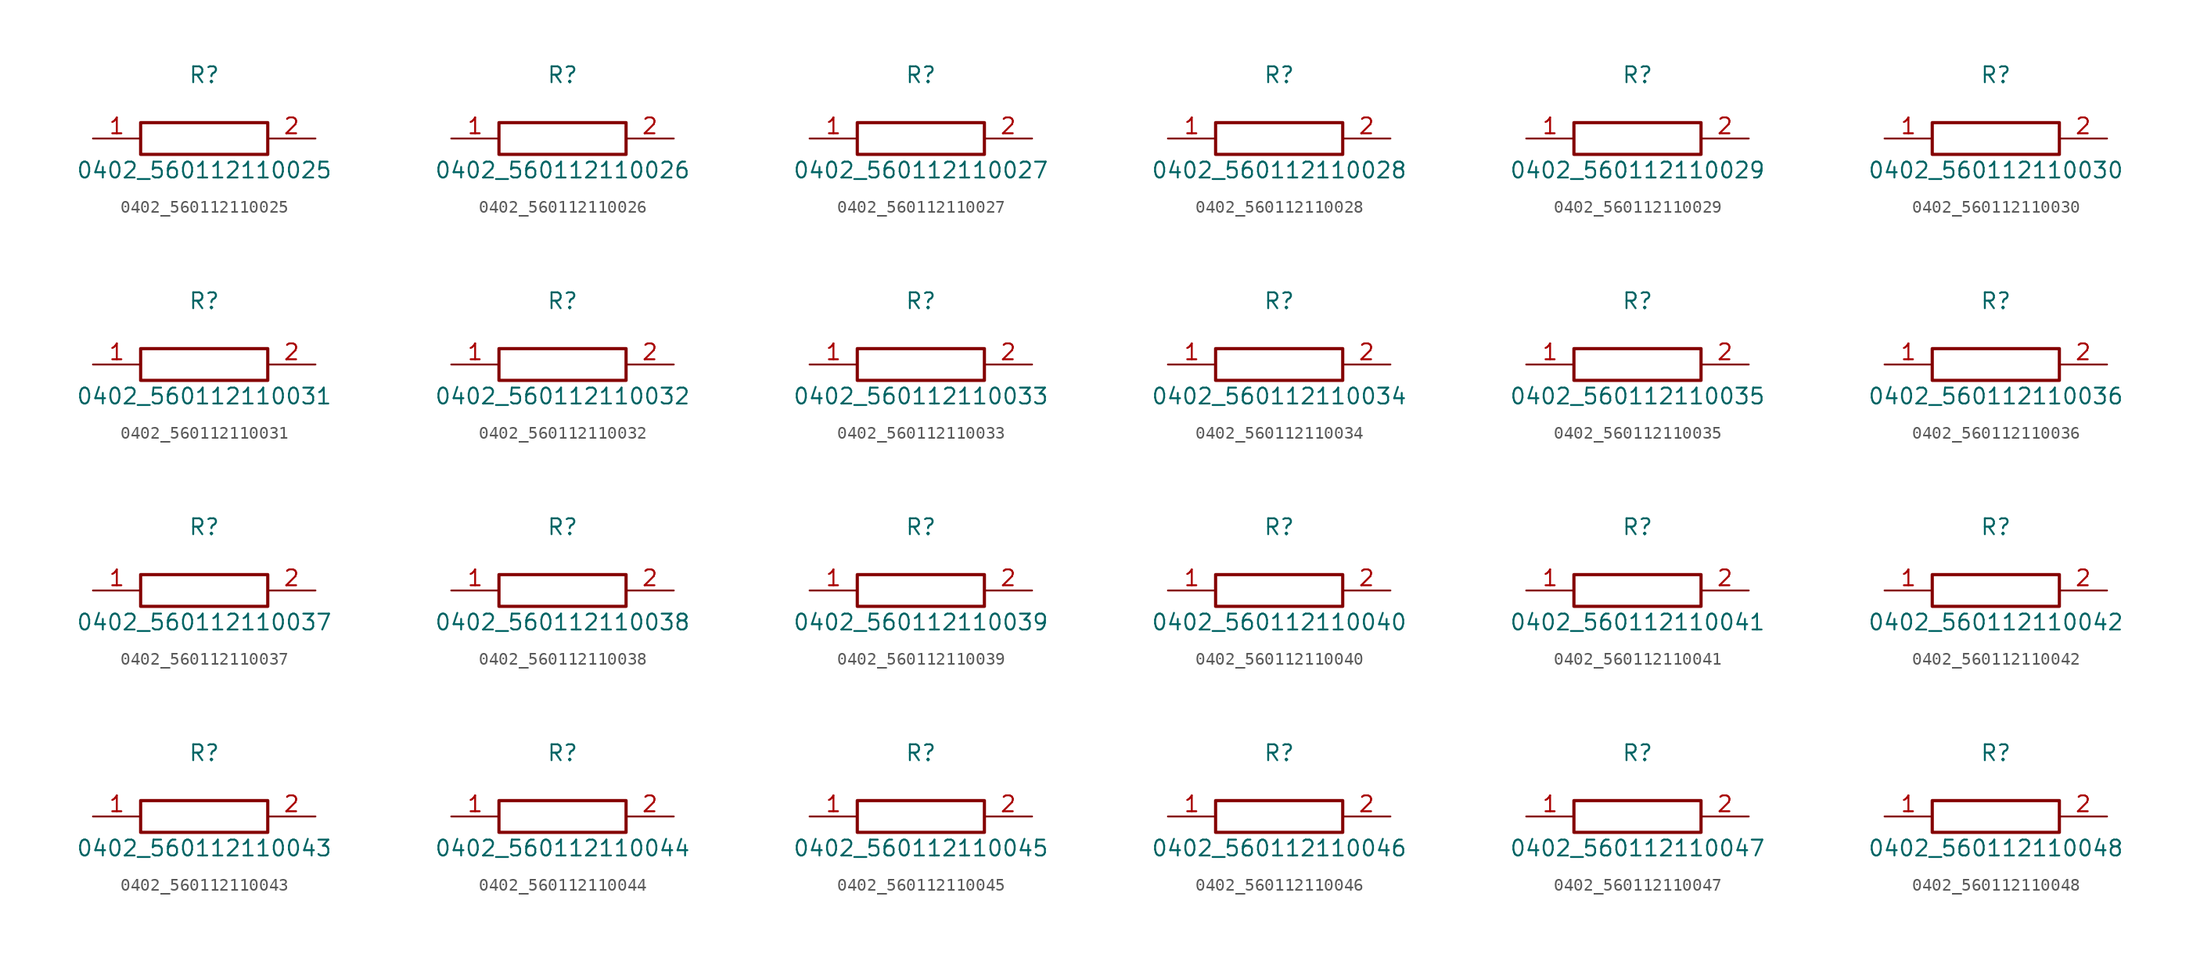
<source format=kicad_sym>
(kicad_symbol_lib
  (version 20211014)
  (generator kicad_symbol_editor)
  (symbol "Resistor_Wurth_WRIS-RSKS:0402_560112110025"
    (pin_names hide)
    (property "Reference" "R"
      (at 0 5.08 0)
      (effects (font (size 1.27 1.27))))
    (property "Value" "0402_560112110025"
      (at 0 -2.54 0)
      (effects (font (size 1.27 1.27))))
    (symbol "0402_560112110025_0_1"
      (rectangle (start -5.08 1.27) (end 5.08 -1.27) (stroke (width 0.254) (type solid)) (fill (type none)))
      (pin passive line (at -8.89 0 0) (length 3.81) (name "1" (effects (font (size 1.27 1.27)))) (number "1" (effects (font (size 1.27 1.27)))))
      (pin passive line (at 8.89 0 180) (length 3.81) (name "2" (effects (font (size 1.27 1.27)))) (number "2" (effects (font (size 1.27 1.27)))))))
  (symbol "Resistor_Wurth_WRIS-RSKS:0402_560112110026"
    (pin_names hide)
    (property "Reference" "R"
      (at 0 5.08 0)
      (effects (font (size 1.27 1.27))))
    (property "Value" "0402_560112110026"
      (at 0 -2.54 0)
      (effects (font (size 1.27 1.27))))
    (symbol "0402_560112110026_0_1"
      (rectangle (start -5.08 1.27) (end 5.08 -1.27) (stroke (width 0.254) (type solid)) (fill (type none)))
      (pin passive line (at -8.89 0 0) (length 3.81) (name "1" (effects (font (size 1.27 1.27)))) (number "1" (effects (font (size 1.27 1.27)))))
      (pin passive line (at 8.89 0 180) (length 3.81) (name "2" (effects (font (size 1.27 1.27)))) (number "2" (effects (font (size 1.27 1.27)))))))
  (symbol "Resistor_Wurth_WRIS-RSKS:0402_560112110027"
    (pin_names hide)
    (property "Reference" "R"
      (at 0 5.08 0)
      (effects (font (size 1.27 1.27))))
    (property "Value" "0402_560112110027"
      (at 0 -2.54 0)
      (effects (font (size 1.27 1.27))))
    (symbol "0402_560112110027_0_1"
      (rectangle (start -5.08 1.27) (end 5.08 -1.27) (stroke (width 0.254) (type solid)) (fill (type none)))
      (pin passive line (at -8.89 0 0) (length 3.81) (name "1" (effects (font (size 1.27 1.27)))) (number "1" (effects (font (size 1.27 1.27)))))
      (pin passive line (at 8.89 0 180) (length 3.81) (name "2" (effects (font (size 1.27 1.27)))) (number "2" (effects (font (size 1.27 1.27)))))))
  (symbol "Resistor_Wurth_WRIS-RSKS:0402_560112110028"
    (pin_names hide)
    (property "Reference" "R"
      (at 0 5.08 0)
      (effects (font (size 1.27 1.27))))
    (property "Value" "0402_560112110028"
      (at 0 -2.54 0)
      (effects (font (size 1.27 1.27))))
    (symbol "0402_560112110028_0_1"
      (rectangle (start -5.08 1.27) (end 5.08 -1.27) (stroke (width 0.254) (type solid)) (fill (type none)))
      (pin passive line (at -8.89 0 0) (length 3.81) (name "1" (effects (font (size 1.27 1.27)))) (number "1" (effects (font (size 1.27 1.27)))))
      (pin passive line (at 8.89 0 180) (length 3.81) (name "2" (effects (font (size 1.27 1.27)))) (number "2" (effects (font (size 1.27 1.27)))))))
  (symbol "Resistor_Wurth_WRIS-RSKS:0402_560112110029"
    (pin_names hide)
    (property "Reference" "R"
      (at 0 5.08 0)
      (effects (font (size 1.27 1.27))))
    (property "Value" "0402_560112110029"
      (at 0 -2.54 0)
      (effects (font (size 1.27 1.27))))
    (symbol "0402_560112110029_0_1"
      (rectangle (start -5.08 1.27) (end 5.08 -1.27) (stroke (width 0.254) (type solid)) (fill (type none)))
      (pin passive line (at -8.89 0 0) (length 3.81) (name "1" (effects (font (size 1.27 1.27)))) (number "1" (effects (font (size 1.27 1.27)))))
      (pin passive line (at 8.89 0 180) (length 3.81) (name "2" (effects (font (size 1.27 1.27)))) (number "2" (effects (font (size 1.27 1.27)))))))
  (symbol "Resistor_Wurth_WRIS-RSKS:0402_560112110030"
    (pin_names hide)
    (property "Reference" "R"
      (at 0 5.08 0)
      (effects (font (size 1.27 1.27))))
    (property "Value" "0402_560112110030"
      (at 0 -2.54 0)
      (effects (font (size 1.27 1.27))))
    (symbol "0402_560112110030_0_1"
      (rectangle (start -5.08 1.27) (end 5.08 -1.27) (stroke (width 0.254) (type solid)) (fill (type none)))
      (pin passive line (at -8.89 0 0) (length 3.81) (name "1" (effects (font (size 1.27 1.27)))) (number "1" (effects (font (size 1.27 1.27)))))
      (pin passive line (at 8.89 0 180) (length 3.81) (name "2" (effects (font (size 1.27 1.27)))) (number "2" (effects (font (size 1.27 1.27)))))))
  (symbol "Resistor_Wurth_WRIS-RSKS:0402_560112110031"
    (pin_names hide)
    (property "Reference" "R"
      (at 0 5.08 0)
      (effects (font (size 1.27 1.27))))
    (property "Value" "0402_560112110031"
      (at 0 -2.54 0)
      (effects (font (size 1.27 1.27))))
    (symbol "0402_560112110031_0_1"
      (rectangle (start -5.08 1.27) (end 5.08 -1.27) (stroke (width 0.254) (type solid)) (fill (type none)))
      (pin passive line (at -8.89 0 0) (length 3.81) (name "1" (effects (font (size 1.27 1.27)))) (number "1" (effects (font (size 1.27 1.27)))))
      (pin passive line (at 8.89 0 180) (length 3.81) (name "2" (effects (font (size 1.27 1.27)))) (number "2" (effects (font (size 1.27 1.27)))))))
  (symbol "Resistor_Wurth_WRIS-RSKS:0402_560112110032"
    (pin_names hide)
    (property "Reference" "R"
      (at 0 5.08 0)
      (effects (font (size 1.27 1.27))))
    (property "Value" "0402_560112110032"
      (at 0 -2.54 0)
      (effects (font (size 1.27 1.27))))
    (symbol "0402_560112110032_0_1"
      (rectangle (start -5.08 1.27) (end 5.08 -1.27) (stroke (width 0.254) (type solid)) (fill (type none)))
      (pin passive line (at -8.89 0 0) (length 3.81) (name "1" (effects (font (size 1.27 1.27)))) (number "1" (effects (font (size 1.27 1.27)))))
      (pin passive line (at 8.89 0 180) (length 3.81) (name "2" (effects (font (size 1.27 1.27)))) (number "2" (effects (font (size 1.27 1.27)))))))
  (symbol "Resistor_Wurth_WRIS-RSKS:0402_560112110033"
    (pin_names hide)
    (property "Reference" "R"
      (at 0 5.08 0)
      (effects (font (size 1.27 1.27))))
    (property "Value" "0402_560112110033"
      (at 0 -2.54 0)
      (effects (font (size 1.27 1.27))))
    (symbol "0402_560112110033_0_1"
      (rectangle (start -5.08 1.27) (end 5.08 -1.27) (stroke (width 0.254) (type solid)) (fill (type none)))
      (pin passive line (at -8.89 0 0) (length 3.81) (name "1" (effects (font (size 1.27 1.27)))) (number "1" (effects (font (size 1.27 1.27)))))
      (pin passive line (at 8.89 0 180) (length 3.81) (name "2" (effects (font (size 1.27 1.27)))) (number "2" (effects (font (size 1.27 1.27)))))))
  (symbol "Resistor_Wurth_WRIS-RSKS:0402_560112110034"
    (pin_names hide)
    (property "Reference" "R"
      (at 0 5.08 0)
      (effects (font (size 1.27 1.27))))
    (property "Value" "0402_560112110034"
      (at 0 -2.54 0)
      (effects (font (size 1.27 1.27))))
    (symbol "0402_560112110034_0_1"
      (rectangle (start -5.08 1.27) (end 5.08 -1.27) (stroke (width 0.254) (type solid)) (fill (type none)))
      (pin passive line (at -8.89 0 0) (length 3.81) (name "1" (effects (font (size 1.27 1.27)))) (number "1" (effects (font (size 1.27 1.27)))))
      (pin passive line (at 8.89 0 180) (length 3.81) (name "2" (effects (font (size 1.27 1.27)))) (number "2" (effects (font (size 1.27 1.27)))))))
  (symbol "Resistor_Wurth_WRIS-RSKS:0402_560112110035"
    (pin_names hide)
    (property "Reference" "R"
      (at 0 5.08 0)
      (effects (font (size 1.27 1.27))))
    (property "Value" "0402_560112110035"
      (at 0 -2.54 0)
      (effects (font (size 1.27 1.27))))
    (symbol "0402_560112110035_0_1"
      (rectangle (start -5.08 1.27) (end 5.08 -1.27) (stroke (width 0.254) (type solid)) (fill (type none)))
      (pin passive line (at -8.89 0 0) (length 3.81) (name "1" (effects (font (size 1.27 1.27)))) (number "1" (effects (font (size 1.27 1.27)))))
      (pin passive line (at 8.89 0 180) (length 3.81) (name "2" (effects (font (size 1.27 1.27)))) (number "2" (effects (font (size 1.27 1.27)))))))
  (symbol "Resistor_Wurth_WRIS-RSKS:0402_560112110036"
    (pin_names hide)
    (property "Reference" "R"
      (at 0 5.08 0)
      (effects (font (size 1.27 1.27))))
    (property "Value" "0402_560112110036"
      (at 0 -2.54 0)
      (effects (font (size 1.27 1.27))))
    (symbol "0402_560112110036_0_1"
      (rectangle (start -5.08 1.27) (end 5.08 -1.27) (stroke (width 0.254) (type solid)) (fill (type none)))
      (pin passive line (at -8.89 0 0) (length 3.81) (name "1" (effects (font (size 1.27 1.27)))) (number "1" (effects (font (size 1.27 1.27)))))
      (pin passive line (at 8.89 0 180) (length 3.81) (name "2" (effects (font (size 1.27 1.27)))) (number "2" (effects (font (size 1.27 1.27)))))))
  (symbol "Resistor_Wurth_WRIS-RSKS:0402_560112110037"
    (pin_names hide)
    (property "Reference" "R"
      (at 0 5.08 0)
      (effects (font (size 1.27 1.27))))
    (property "Value" "0402_560112110037"
      (at 0 -2.54 0)
      (effects (font (size 1.27 1.27))))
    (symbol "0402_560112110037_0_1"
      (rectangle (start -5.08 1.27) (end 5.08 -1.27) (stroke (width 0.254) (type solid)) (fill (type none)))
      (pin passive line (at -8.89 0 0) (length 3.81) (name "1" (effects (font (size 1.27 1.27)))) (number "1" (effects (font (size 1.27 1.27)))))
      (pin passive line (at 8.89 0 180) (length 3.81) (name "2" (effects (font (size 1.27 1.27)))) (number "2" (effects (font (size 1.27 1.27)))))))
  (symbol "Resistor_Wurth_WRIS-RSKS:0402_560112110038"
    (pin_names hide)
    (property "Reference" "R"
      (at 0 5.08 0)
      (effects (font (size 1.27 1.27))))
    (property "Value" "0402_560112110038"
      (at 0 -2.54 0)
      (effects (font (size 1.27 1.27))))
    (symbol "0402_560112110038_0_1"
      (rectangle (start -5.08 1.27) (end 5.08 -1.27) (stroke (width 0.254) (type solid)) (fill (type none)))
      (pin passive line (at -8.89 0 0) (length 3.81) (name "1" (effects (font (size 1.27 1.27)))) (number "1" (effects (font (size 1.27 1.27)))))
      (pin passive line (at 8.89 0 180) (length 3.81) (name "2" (effects (font (size 1.27 1.27)))) (number "2" (effects (font (size 1.27 1.27)))))))
  (symbol "Resistor_Wurth_WRIS-RSKS:0402_560112110039"
    (pin_names hide)
    (property "Reference" "R"
      (at 0 5.08 0)
      (effects (font (size 1.27 1.27))))
    (property "Value" "0402_560112110039"
      (at 0 -2.54 0)
      (effects (font (size 1.27 1.27))))
    (symbol "0402_560112110039_0_1"
      (rectangle (start -5.08 1.27) (end 5.08 -1.27) (stroke (width 0.254) (type solid)) (fill (type none)))
      (pin passive line (at -8.89 0 0) (length 3.81) (name "1" (effects (font (size 1.27 1.27)))) (number "1" (effects (font (size 1.27 1.27)))))
      (pin passive line (at 8.89 0 180) (length 3.81) (name "2" (effects (font (size 1.27 1.27)))) (number "2" (effects (font (size 1.27 1.27)))))))
  (symbol "Resistor_Wurth_WRIS-RSKS:0402_560112110040"
    (pin_names hide)
    (property "Reference" "R"
      (at 0 5.08 0)
      (effects (font (size 1.27 1.27))))
    (property "Value" "0402_560112110040"
      (at 0 -2.54 0)
      (effects (font (size 1.27 1.27))))
    (symbol "0402_560112110040_0_1"
      (rectangle (start -5.08 1.27) (end 5.08 -1.27) (stroke (width 0.254) (type solid)) (fill (type none)))
      (pin passive line (at -8.89 0 0) (length 3.81) (name "1" (effects (font (size 1.27 1.27)))) (number "1" (effects (font (size 1.27 1.27)))))
      (pin passive line (at 8.89 0 180) (length 3.81) (name "2" (effects (font (size 1.27 1.27)))) (number "2" (effects (font (size 1.27 1.27)))))))
  (symbol "Resistor_Wurth_WRIS-RSKS:0402_560112110041"
    (pin_names hide)
    (property "Reference" "R"
      (at 0 5.08 0)
      (effects (font (size 1.27 1.27))))
    (property "Value" "0402_560112110041"
      (at 0 -2.54 0)
      (effects (font (size 1.27 1.27))))
    (symbol "0402_560112110041_0_1"
      (rectangle (start -5.08 1.27) (end 5.08 -1.27) (stroke (width 0.254) (type solid)) (fill (type none)))
      (pin passive line (at -8.89 0 0) (length 3.81) (name "1" (effects (font (size 1.27 1.27)))) (number "1" (effects (font (size 1.27 1.27)))))
      (pin passive line (at 8.89 0 180) (length 3.81) (name "2" (effects (font (size 1.27 1.27)))) (number "2" (effects (font (size 1.27 1.27)))))))
  (symbol "Resistor_Wurth_WRIS-RSKS:0402_560112110042"
    (pin_names hide)
    (property "Reference" "R"
      (at 0 5.08 0)
      (effects (font (size 1.27 1.27))))
    (property "Value" "0402_560112110042"
      (at 0 -2.54 0)
      (effects (font (size 1.27 1.27))))
    (symbol "0402_560112110042_0_1"
      (rectangle (start -5.08 1.27) (end 5.08 -1.27) (stroke (width 0.254) (type solid)) (fill (type none)))
      (pin passive line (at -8.89 0 0) (length 3.81) (name "1" (effects (font (size 1.27 1.27)))) (number "1" (effects (font (size 1.27 1.27)))))
      (pin passive line (at 8.89 0 180) (length 3.81) (name "2" (effects (font (size 1.27 1.27)))) (number "2" (effects (font (size 1.27 1.27)))))))
  (symbol "Resistor_Wurth_WRIS-RSKS:0402_560112110043"
    (pin_names hide)
    (property "Reference" "R"
      (at 0 5.08 0)
      (effects (font (size 1.27 1.27))))
    (property "Value" "0402_560112110043"
      (at 0 -2.54 0)
      (effects (font (size 1.27 1.27))))
    (symbol "0402_560112110043_0_1"
      (rectangle (start -5.08 1.27) (end 5.08 -1.27) (stroke (width 0.254) (type solid)) (fill (type none)))
      (pin passive line (at -8.89 0 0) (length 3.81) (name "1" (effects (font (size 1.27 1.27)))) (number "1" (effects (font (size 1.27 1.27)))))
      (pin passive line (at 8.89 0 180) (length 3.81) (name "2" (effects (font (size 1.27 1.27)))) (number "2" (effects (font (size 1.27 1.27)))))))
  (symbol "Resistor_Wurth_WRIS-RSKS:0402_560112110044"
    (pin_names hide)
    (property "Reference" "R"
      (at 0 5.08 0)
      (effects (font (size 1.27 1.27))))
    (property "Value" "0402_560112110044"
      (at 0 -2.54 0)
      (effects (font (size 1.27 1.27))))
    (symbol "0402_560112110044_0_1"
      (rectangle (start -5.08 1.27) (end 5.08 -1.27) (stroke (width 0.254) (type solid)) (fill (type none)))
      (pin passive line (at -8.89 0 0) (length 3.81) (name "1" (effects (font (size 1.27 1.27)))) (number "1" (effects (font (size 1.27 1.27)))))
      (pin passive line (at 8.89 0 180) (length 3.81) (name "2" (effects (font (size 1.27 1.27)))) (number "2" (effects (font (size 1.27 1.27)))))))
  (symbol "Resistor_Wurth_WRIS-RSKS:0402_560112110045"
    (pin_names hide)
    (property "Reference" "R"
      (at 0 5.08 0)
      (effects (font (size 1.27 1.27))))
    (property "Value" "0402_560112110045"
      (at 0 -2.54 0)
      (effects (font (size 1.27 1.27))))
    (symbol "0402_560112110045_0_1"
      (rectangle (start -5.08 1.27) (end 5.08 -1.27) (stroke (width 0.254) (type solid)) (fill (type none)))
      (pin passive line (at -8.89 0 0) (length 3.81) (name "1" (effects (font (size 1.27 1.27)))) (number "1" (effects (font (size 1.27 1.27)))))
      (pin passive line (at 8.89 0 180) (length 3.81) (name "2" (effects (font (size 1.27 1.27)))) (number "2" (effects (font (size 1.27 1.27)))))))
  (symbol "Resistor_Wurth_WRIS-RSKS:0402_560112110046"
    (pin_names hide)
    (property "Reference" "R"
      (at 0 5.08 0)
      (effects (font (size 1.27 1.27))))
    (property "Value" "0402_560112110046"
      (at 0 -2.54 0)
      (effects (font (size 1.27 1.27))))
    (symbol "0402_560112110046_0_1"
      (rectangle (start -5.08 1.27) (end 5.08 -1.27) (stroke (width 0.254) (type solid)) (fill (type none)))
      (pin passive line (at -8.89 0 0) (length 3.81) (name "1" (effects (font (size 1.27 1.27)))) (number "1" (effects (font (size 1.27 1.27)))))
      (pin passive line (at 8.89 0 180) (length 3.81) (name "2" (effects (font (size 1.27 1.27)))) (number "2" (effects (font (size 1.27 1.27)))))))
  (symbol "Resistor_Wurth_WRIS-RSKS:0402_560112110047"
    (pin_names hide)
    (property "Reference" "R"
      (at 0 5.08 0)
      (effects (font (size 1.27 1.27))))
    (property "Value" "0402_560112110047"
      (at 0 -2.54 0)
      (effects (font (size 1.27 1.27))))
    (symbol "0402_560112110047_0_1"
      (rectangle (start -5.08 1.27) (end 5.08 -1.27) (stroke (width 0.254) (type solid)) (fill (type none)))
      (pin passive line (at -8.89 0 0) (length 3.81) (name "1" (effects (font (size 1.27 1.27)))) (number "1" (effects (font (size 1.27 1.27)))))
      (pin passive line (at 8.89 0 180) (length 3.81) (name "2" (effects (font (size 1.27 1.27)))) (number "2" (effects (font (size 1.27 1.27)))))))
  (symbol "Resistor_Wurth_WRIS-RSKS:0402_560112110048"
    (pin_names hide)
    (property "Reference" "R"
      (at 0 5.08 0)
      (effects (font (size 1.27 1.27))))
    (property "Value" "0402_560112110048"
      (at 0 -2.54 0)
      (effects (font (size 1.27 1.27))))
    (symbol "0402_560112110048_0_1"
      (rectangle (start -5.08 1.27) (end 5.08 -1.27) (stroke (width 0.254) (type solid)) (fill (type none)))
      (pin passive line (at -8.89 0 0) (length 3.81) (name "1" (effects (font (size 1.27 1.27)))) (number "1" (effects (font (size 1.27 1.27)))))
      (pin passive line (at 8.89 0 180) (length 3.81) (name "2" (effects (font (size 1.27 1.27)))) (number "2" (effects (font (size 1.27 1.27))))))))
</source>
